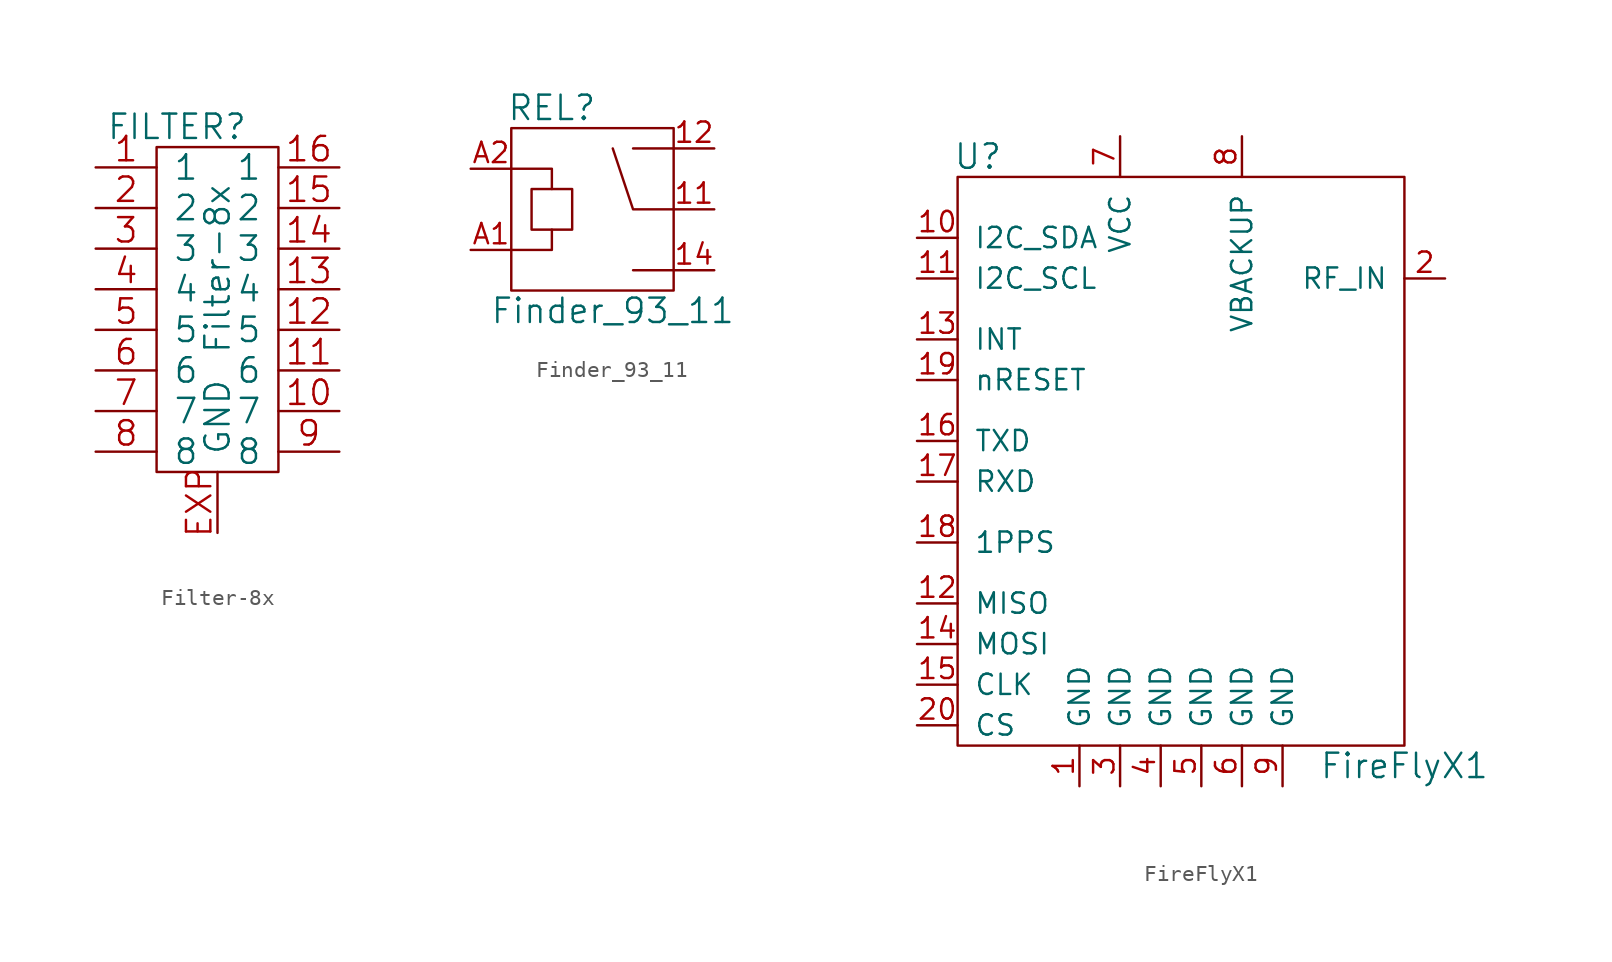
<source format=kicad_sym>
(kicad_symbol_lib
  (version 20211014)
  (generator kicad_symbol_editor)
  (symbol "Filter-8x"
    (pin_names
      (offset 1.016))
    (property "Reference" "FILTER"
      (at -2.54 11.43 0)
      (effects (font (size 1.524 1.524))))
    (property "Value" "Filter-8x"
      (at 0 2.54 90)
      (effects (font (size 1.524 1.524))))
    (property "Footprint" ""
      (at 0 0 0)
      (effects (font (size 1.524 1.524))))
    (property "Datasheet" ""
      (at 0 0 0)
      (effects (font (size 1.524 1.524))))
    (symbol "Filter-8x_0_1"
      (rectangle (start -3.81 10.16) (end 3.81 -10.16) (stroke (width 0) (type default) (color 0 0 0 0)) (fill (type none))))
    (symbol "Filter-8x_1_1"
      (pin input line (at -7.62 8.89 0) (length 3.81) (name "1" (effects (font (size 1.524 1.524)))) (number "1" (effects (font (size 1.524 1.524)))))
      (pin input line (at 7.62 -6.35 180) (length 3.81) (name "7" (effects (font (size 1.524 1.524)))) (number "10" (effects (font (size 1.524 1.524)))))
      (pin input line (at 7.62 -3.81 180) (length 3.81) (name "6" (effects (font (size 1.524 1.524)))) (number "11" (effects (font (size 1.524 1.524)))))
      (pin input line (at 7.62 -1.27 180) (length 3.81) (name "5" (effects (font (size 1.524 1.524)))) (number "12" (effects (font (size 1.524 1.524)))))
      (pin input line (at 7.62 1.27 180) (length 3.81) (name "4" (effects (font (size 1.524 1.524)))) (number "13" (effects (font (size 1.524 1.524)))))
      (pin input line (at 7.62 3.81 180) (length 3.81) (name "3" (effects (font (size 1.524 1.524)))) (number "14" (effects (font (size 1.524 1.524)))))
      (pin input line (at 7.62 6.35 180) (length 3.81) (name "2" (effects (font (size 1.524 1.524)))) (number "15" (effects (font (size 1.524 1.524)))))
      (pin input line (at 7.62 8.89 180) (length 3.81) (name "1" (effects (font (size 1.524 1.524)))) (number "16" (effects (font (size 1.524 1.524)))))
      (pin input line (at -7.62 6.35 0) (length 3.81) (name "2" (effects (font (size 1.524 1.524)))) (number "2" (effects (font (size 1.524 1.524)))))
      (pin input line (at -7.62 3.81 0) (length 3.81) (name "3" (effects (font (size 1.524 1.524)))) (number "3" (effects (font (size 1.524 1.524)))))
      (pin input line (at -7.62 1.27 0) (length 3.81) (name "4" (effects (font (size 1.524 1.524)))) (number "4" (effects (font (size 1.524 1.524)))))
      (pin input line (at -7.62 -1.27 0) (length 3.81) (name "5" (effects (font (size 1.524 1.524)))) (number "5" (effects (font (size 1.524 1.524)))))
      (pin input line (at -7.62 -3.81 0) (length 3.81) (name "6" (effects (font (size 1.524 1.524)))) (number "6" (effects (font (size 1.524 1.524)))))
      (pin input line (at -7.62 -6.35 0) (length 3.81) (name "7" (effects (font (size 1.524 1.524)))) (number "7" (effects (font (size 1.524 1.524)))))
      (pin input line (at -7.62 -8.89 0) (length 3.81) (name "8" (effects (font (size 1.524 1.524)))) (number "8" (effects (font (size 1.524 1.524)))))
      (pin input line (at 7.62 -8.89 180) (length 3.81) (name "8" (effects (font (size 1.524 1.524)))) (number "9" (effects (font (size 1.524 1.524)))))
      (pin input line (at 0 -13.97 90) (length 3.81) (name "GND" (effects (font (size 1.524 1.524)))) (number "EXP" (effects (font (size 1.524 1.524)))))))
  (symbol "Finder_93_11"
    (pin_names
      (offset 1.016))
    (property "Reference" "REL"
      (at -3.81 6.35 0)
      (effects (font (size 1.524 1.524))))
    (property "Value" "Finder_93_11"
      (at 0 -6.35 0)
      (effects (font (size 1.524 1.524))))
    (property "Footprint" ""
      (at 8.89 0 0)
      (effects (font (size 1.524 1.524))))
    (property "Datasheet" ""
      (at 8.89 0 0)
      (effects (font (size 1.524 1.524))))
    (symbol "Finder_93_11_0_1"
      (rectangle (start -6.35 5.08) (end 3.81 -5.08) (stroke (width 0) (type default) (color 0 0 0 0)) (fill (type none)))
      (rectangle (start -5.08 1.27) (end -2.54 -1.27) (stroke (width 0) (type default) (color 0 0 0 0)) (fill (type none)))
      (polyline (pts (xy 3.81 -3.81) (xy 1.27 -3.81)) (stroke (width 0) (type default) (color 0 0 0 0)) (fill (type none)))
      (polyline (pts (xy 3.81 3.81) (xy 1.27 3.81)) (stroke (width 0) (type default) (color 0 0 0 0)) (fill (type none)))
      (polyline (pts (xy -6.35 -2.54) (xy -3.81 -2.54) (xy -3.81 -1.27)) (stroke (width 0) (type default) (color 0 0 0 0)) (fill (type none)))
      (polyline (pts (xy -6.35 2.54) (xy -3.81 2.54) (xy -3.81 1.27)) (stroke (width 0) (type default) (color 0 0 0 0)) (fill (type none)))
      (polyline (pts (xy 3.81 0) (xy 1.27 0) (xy 0 3.81)) (stroke (width 0) (type default) (color 0 0 0 0)) (fill (type none))))
    (symbol "Finder_93_11_1_1"
      (pin input line (at 6.35 0 180) (length 2.54) (name "~" (effects (font (size 1.27 1.27)))) (number "11" (effects (font (size 1.27 1.27)))))
      (pin input line (at 6.35 3.81 180) (length 2.54) (name "~" (effects (font (size 1.27 1.27)))) (number "12" (effects (font (size 1.27 1.27)))))
      (pin input line (at 6.35 -3.81 180) (length 2.54) (name "~" (effects (font (size 1.27 1.27)))) (number "14" (effects (font (size 1.27 1.27)))))
      (pin input line (at -8.89 -2.54 0) (length 2.54) (name "~" (effects (font (size 1.27 1.27)))) (number "A1" (effects (font (size 1.27 1.27)))))
      (pin input line (at -8.89 2.54 0) (length 2.54) (name "~" (effects (font (size 1.27 1.27)))) (number "A2" (effects (font (size 1.27 1.27)))))))
  (symbol "FireFlyX1"
    (pin_names
      (offset 1.016))
    (property "Reference" "U"
      (at -12.7 19.05 0)
      (effects (font (size 1.524 1.524))))
    (property "Value" "FireFlyX1"
      (at 13.97 -19.05 0)
      (effects (font (size 1.524 1.524))))
    (property "Footprint" ""
      (at 0 11.43 0)
      (effects (font (size 1.524 1.524))))
    (property "Datasheet" ""
      (at 0 11.43 0)
      (effects (font (size 1.524 1.524))))
    (symbol "FireFlyX1_0_1"
      (rectangle (start -13.97 17.78) (end 13.97 -17.78) (stroke (width 0) (type default) (color 0 0 0 0)) (fill (type none))))
    (symbol "FireFlyX1_1_1"
      (pin passive line (at -6.35 -20.32 90) (length 2.54) (name "GND" (effects (font (size 1.27 1.27)))) (number "1" (effects (font (size 1.27 1.27)))))
      (pin passive line (at -16.51 13.97 0) (length 2.54) (name "I2C_SDA" (effects (font (size 1.27 1.27)))) (number "10" (effects (font (size 1.27 1.27)))))
      (pin passive line (at -16.51 11.43 0) (length 2.54) (name "I2C_SCL" (effects (font (size 1.27 1.27)))) (number "11" (effects (font (size 1.27 1.27)))))
      (pin passive line (at -16.51 -8.89 0) (length 2.54) (name "MISO" (effects (font (size 1.27 1.27)))) (number "12" (effects (font (size 1.27 1.27)))))
      (pin passive line (at -16.51 7.62 0) (length 2.54) (name "INT" (effects (font (size 1.27 1.27)))) (number "13" (effects (font (size 1.27 1.27)))))
      (pin passive line (at -16.51 -11.43 0) (length 2.54) (name "MOSI" (effects (font (size 1.27 1.27)))) (number "14" (effects (font (size 1.27 1.27)))))
      (pin passive line (at -16.51 -13.97 0) (length 2.54) (name "CLK" (effects (font (size 1.27 1.27)))) (number "15" (effects (font (size 1.27 1.27)))))
      (pin passive line (at -16.51 1.27 0) (length 2.54) (name "TXD" (effects (font (size 1.27 1.27)))) (number "16" (effects (font (size 1.27 1.27)))))
      (pin passive line (at -16.51 -1.27 0) (length 2.54) (name "RXD" (effects (font (size 1.27 1.27)))) (number "17" (effects (font (size 1.27 1.27)))))
      (pin passive line (at -16.51 -5.08 0) (length 2.54) (name "1PPS" (effects (font (size 1.27 1.27)))) (number "18" (effects (font (size 1.27 1.27)))))
      (pin passive line (at -16.51 5.08 0) (length 2.54) (name "nRESET" (effects (font (size 1.27 1.27)))) (number "19" (effects (font (size 1.27 1.27)))))
      (pin passive line (at 16.51 11.43 180) (length 2.54) (name "RF_IN" (effects (font (size 1.27 1.27)))) (number "2" (effects (font (size 1.27 1.27)))))
      (pin passive line (at -16.51 -16.51 0) (length 2.54) (name "CS" (effects (font (size 1.27 1.27)))) (number "20" (effects (font (size 1.27 1.27)))))
      (pin passive line (at -3.81 -20.32 90) (length 2.54) (name "GND" (effects (font (size 1.27 1.27)))) (number "3" (effects (font (size 1.27 1.27)))))
      (pin passive line (at -1.27 -20.32 90) (length 2.54) (name "GND" (effects (font (size 1.27 1.27)))) (number "4" (effects (font (size 1.27 1.27)))))
      (pin passive line (at 1.27 -20.32 90) (length 2.54) (name "GND" (effects (font (size 1.27 1.27)))) (number "5" (effects (font (size 1.27 1.27)))))
      (pin passive line (at 3.81 -20.32 90) (length 2.54) (name "GND" (effects (font (size 1.27 1.27)))) (number "6" (effects (font (size 1.27 1.27)))))
      (pin passive line (at -3.81 20.32 270) (length 2.54) (name "VCC" (effects (font (size 1.27 1.27)))) (number "7" (effects (font (size 1.27 1.27)))))
      (pin passive line (at 3.81 20.32 270) (length 2.54) (name "VBACKUP" (effects (font (size 1.27 1.27)))) (number "8" (effects (font (size 1.27 1.27)))))
      (pin passive line (at 6.35 -20.32 90) (length 2.54) (name "GND" (effects (font (size 1.27 1.27)))) (number "9" (effects (font (size 1.27 1.27))))))))
</source>
